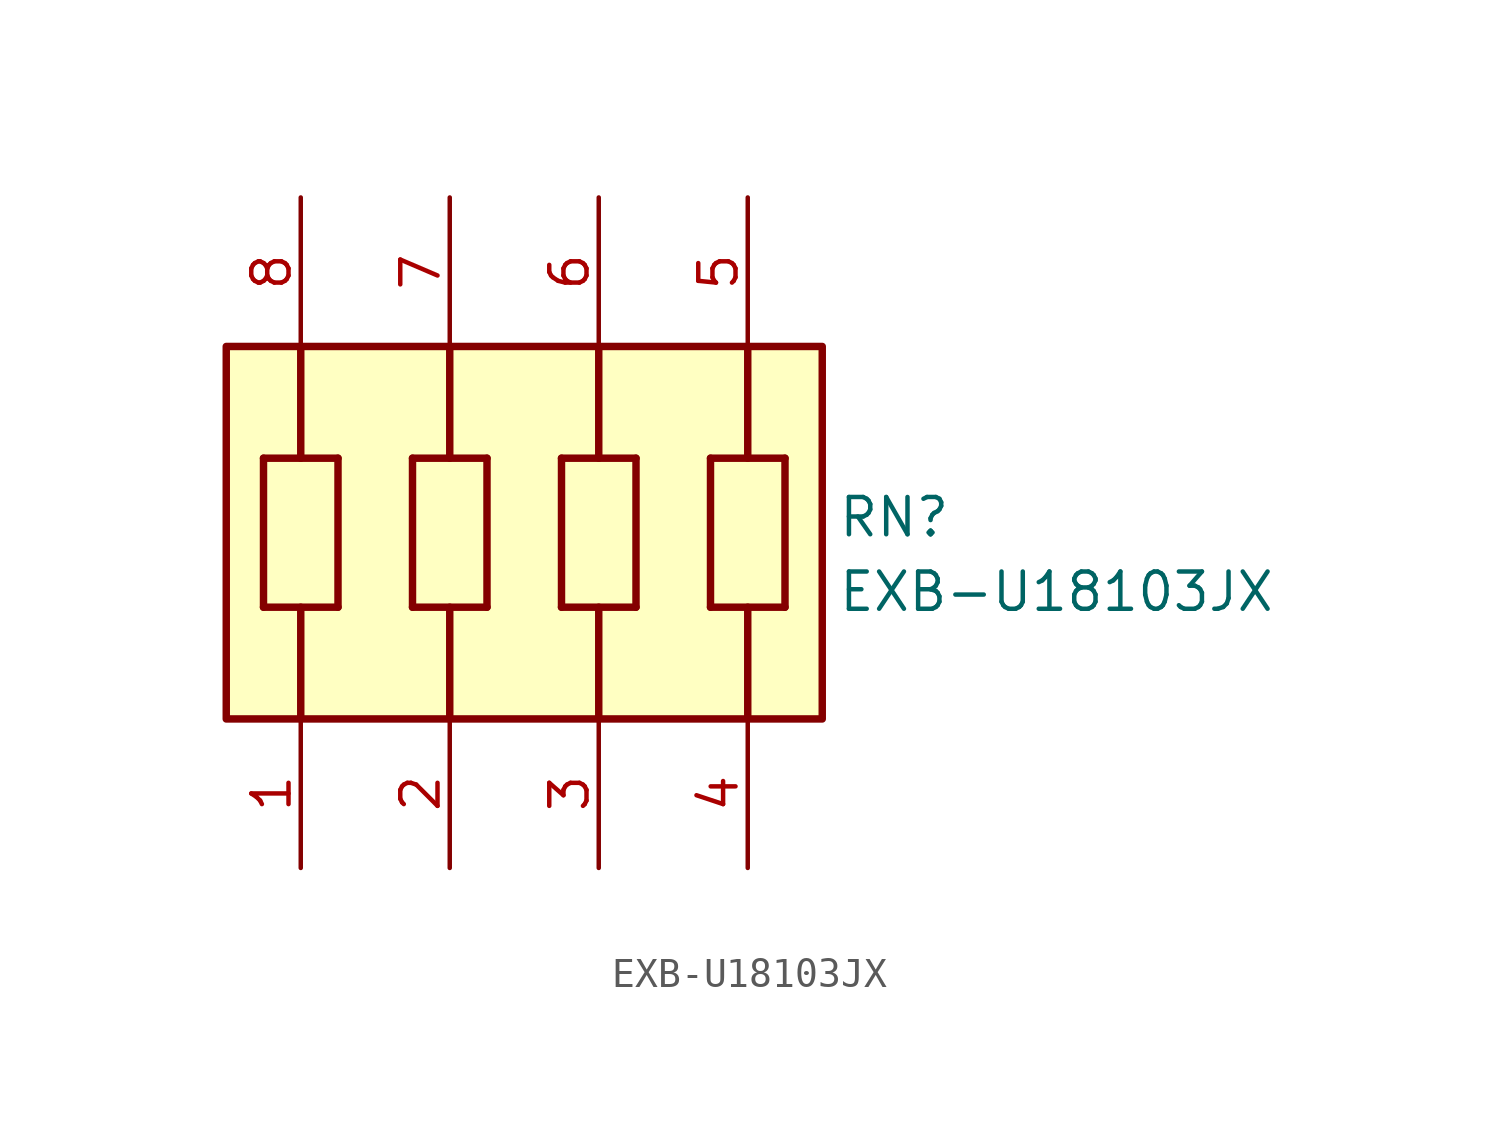
<source format=kicad_sym>
(kicad_symbol_lib
  (version 20211014)
  (generator SamacSys_ECAD_Model)
  (symbol "EXB-U18103JX"
    (pin_names hide)
    (property "Reference" "RN"
      (at 25.908 -2.54 0)
      (effects (font (size 1.27 1.27)) (justify left top)))
    (property "Value" "EXB-U18103JX"
      (at 25.908 -5.08 0)
      (effects (font (size 1.27 1.27)) (justify left top)))
    (rectangle
      (start 5.08 2.54)
      (end 25.4 -10.16)
      (stroke (width 0.254) (type default))
      (fill (type background)))
    (polyline
      (pts (xy 6.35 -1.27) (xy 6.35 -6.35))
      (stroke (width 0.254) (type default))
      (fill (type none)))
    (polyline
      (pts (xy 8.89 -6.35) (xy 6.35 -6.35))
      (stroke (width 0.254) (type default))
      (fill (type none)))
    (polyline
      (pts (xy 8.89 -6.35) (xy 8.89 -1.27))
      (stroke (width 0.254) (type default))
      (fill (type none)))
    (polyline
      (pts (xy 6.35 -1.27) (xy 8.89 -1.27))
      (stroke (width 0.254) (type default))
      (fill (type none)))
    (polyline
      (pts (xy 11.43 -1.27) (xy 11.43 -6.35))
      (stroke (width 0.254) (type default))
      (fill (type none)))
    (polyline
      (pts (xy 13.97 -6.35) (xy 11.43 -6.35))
      (stroke (width 0.254) (type default))
      (fill (type none)))
    (polyline
      (pts (xy 13.97 -6.35) (xy 13.97 -1.27))
      (stroke (width 0.254) (type default))
      (fill (type none)))
    (polyline
      (pts (xy 11.43 -1.27) (xy 13.97 -1.27))
      (stroke (width 0.254) (type default))
      (fill (type none)))
    (polyline
      (pts (xy 7.62 -1.27) (xy 7.62 2.54))
      (stroke (width 0.254) (type default))
      (fill (type none)))
    (polyline
      (pts (xy 7.62 -6.35) (xy 7.62 -10.16))
      (stroke (width 0.254) (type default))
      (fill (type none)))
    (polyline
      (pts (xy 12.7 -6.35) (xy 12.7 -10.16))
      (stroke (width 0.254) (type default))
      (fill (type none)))
    (polyline
      (pts (xy 12.7 -1.27) (xy 12.7 2.54))
      (stroke (width 0.254) (type default))
      (fill (type none)))
    (polyline
      (pts (xy 17.78 -1.27) (xy 17.78 2.54))
      (stroke (width 0.254) (type default))
      (fill (type none)))
    (polyline
      (pts (xy 16.51 -1.27) (xy 16.51 -6.35))
      (stroke (width 0.254) (type default))
      (fill (type none)))
    (polyline
      (pts (xy 19.05 -6.35) (xy 16.51 -6.35))
      (stroke (width 0.254) (type default))
      (fill (type none)))
    (polyline
      (pts (xy 19.05 -6.35) (xy 19.05 -1.27))
      (stroke (width 0.254) (type default))
      (fill (type none)))
    (polyline
      (pts (xy 16.51 -1.27) (xy 19.05 -1.27))
      (stroke (width 0.254) (type default))
      (fill (type none)))
    (polyline
      (pts (xy 17.78 -6.35) (xy 17.78 -10.16))
      (stroke (width 0.254) (type default))
      (fill (type none)))
    (polyline
      (pts (xy 22.86 -1.27) (xy 22.86 2.54))
      (stroke (width 0.254) (type default))
      (fill (type none)))
    (polyline
      (pts (xy 21.59 -1.27) (xy 21.59 -6.35))
      (stroke (width 0.254) (type default))
      (fill (type none)))
    (polyline
      (pts (xy 24.13 -6.35) (xy 21.59 -6.35))
      (stroke (width 0.254) (type default))
      (fill (type none)))
    (polyline
      (pts (xy 24.13 -6.35) (xy 24.13 -1.27))
      (stroke (width 0.254) (type default))
      (fill (type none)))
    (polyline
      (pts (xy 21.59 -1.27) (xy 24.13 -1.27))
      (stroke (width 0.254) (type default))
      (fill (type none)))
    (polyline
      (pts (xy 22.86 -6.35) (xy 22.86 -10.16))
      (stroke (width 0.254) (type default))
      (fill (type none)))
    (pin passive line
      (at 7.62 -15.24 90)
      (length 5.08)
      (name "1" (effects (font (size 1.27 1.27))))
      (number "1" (effects (font (size 1.27 1.27)))))
    (pin passive line
      (at 12.7 -15.24 90)
      (length 5.08)
      (name "2" (effects (font (size 1.27 1.27))))
      (number "2" (effects (font (size 1.27 1.27)))))
    (pin passive line
      (at 17.78 -15.24 90)
      (length 5.08)
      (name "3" (effects (font (size 1.27 1.27))))
      (number "3" (effects (font (size 1.27 1.27)))))
    (pin passive line
      (at 22.86 -15.24 90)
      (length 5.08)
      (name "4" (effects (font (size 1.27 1.27))))
      (number "4" (effects (font (size 1.27 1.27)))))
    (pin passive line
      (at 22.86 7.62 270)
      (length 5.08)
      (name "5" (effects (font (size 1.27 1.27))))
      (number "5" (effects (font (size 1.27 1.27)))))
    (pin passive line
      (at 17.78 7.62 270)
      (length 5.08)
      (name "6" (effects (font (size 1.27 1.27))))
      (number "6" (effects (font (size 1.27 1.27)))))
    (pin passive line
      (at 12.7 7.62 270)
      (length 5.08)
      (name "7" (effects (font (size 1.27 1.27))))
      (number "7" (effects (font (size 1.27 1.27)))))
    (pin passive line
      (at 7.62 7.62 270)
      (length 5.08)
      (name "8" (effects (font (size 1.27 1.27))))
      (number "8" (effects (font (size 1.27 1.27)))))))
</source>
